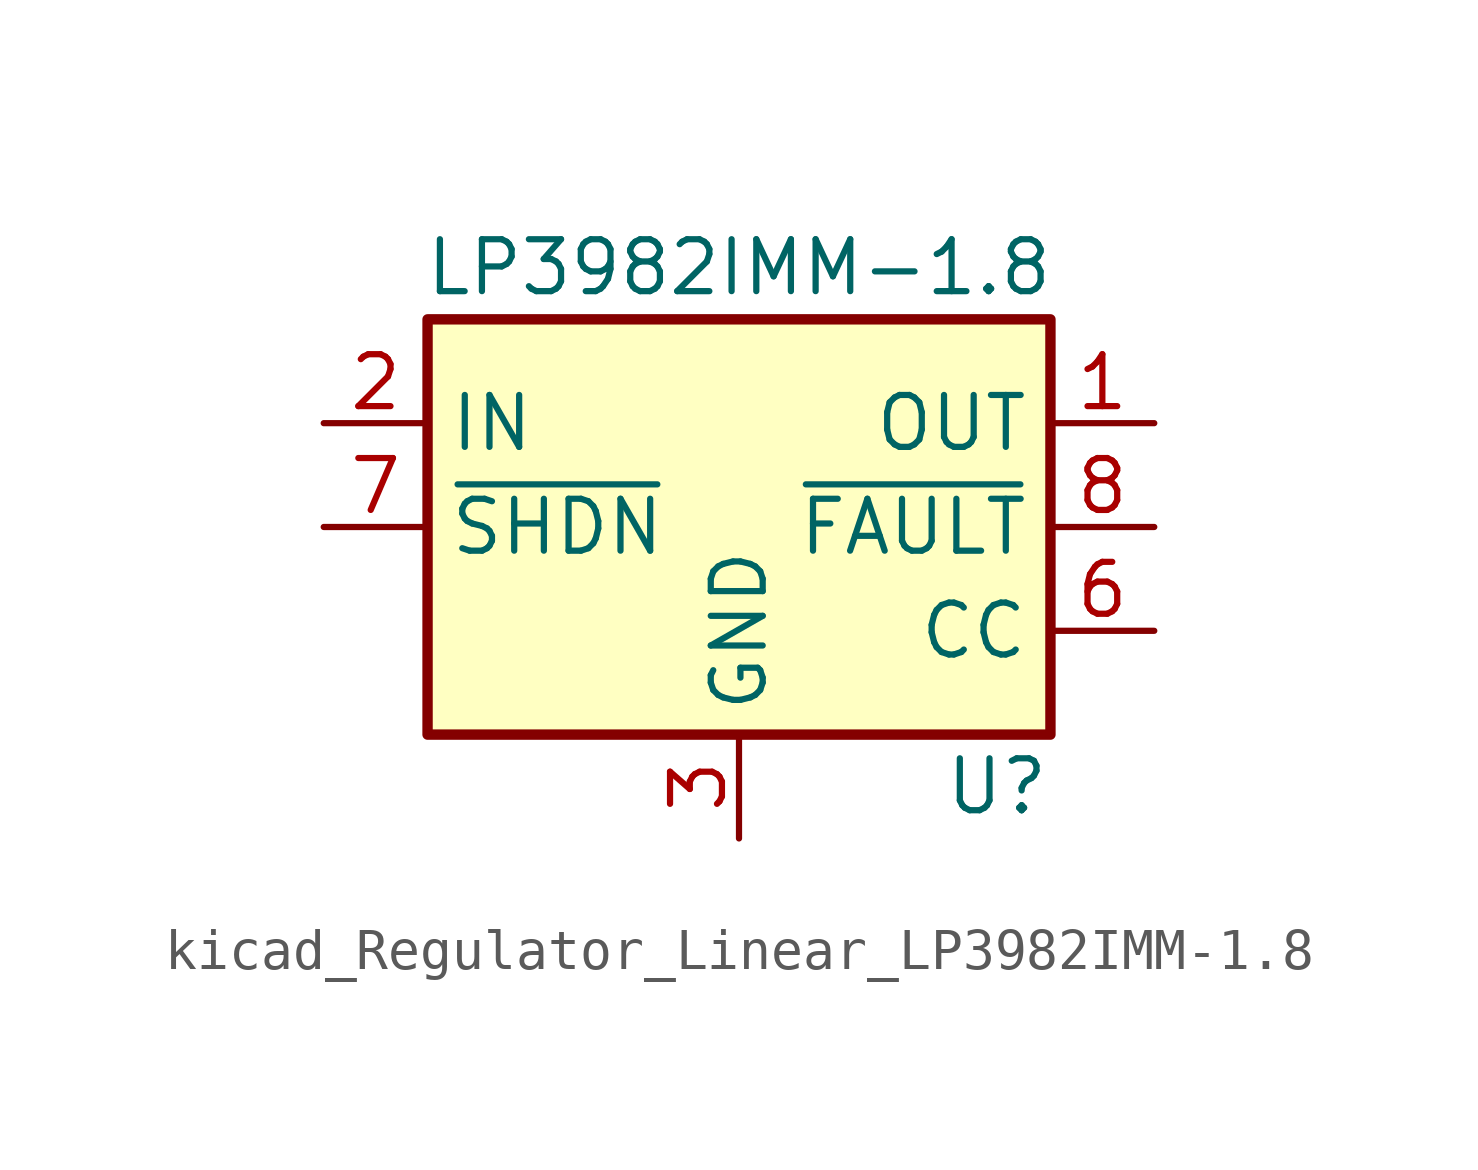
<source format=kicad_sym>
(kicad_symbol_lib
  (version 20220914)
  (generator kicad_symbol_editor)
  (symbol "kicad_Regulator_Linear_LP3982IMM-1.8"
    (property "Reference" "U"
      (at 7.62 -6.35 0)
      (effects (font (size 1.27 1.27)) (justify right)))
    (property "Value" "LP3982IMM-1.8"
      (at 0 6.35 0)
      (effects (font (size 1.27 1.27))))
    (symbol "kicad_Regulator_Linear_LP3982IMM-1.8_0_1"
      (rectangle (start -7.62 5.08) (end 7.62 -5.08) (stroke (width 0.254) (type default)) (fill (type background))))
    (symbol "kicad_Regulator_Linear_LP3982IMM-1.8_1_1"
      (pin power_out line (at 10.16 2.54 180) (length 2.54) (name "OUT" (effects (font (size 1.27 1.27)))) (number "1" (effects (font (size 1.27 1.27)))))
      (pin power_in line (at -10.16 2.54 0) (length 2.54) (name "IN" (effects (font (size 1.27 1.27)))) (number "2" (effects (font (size 1.27 1.27)))))
      (pin power_in line (at 0 -7.62 90) (length 2.54) (name "GND" (effects (font (size 1.27 1.27)))) (number "3" (effects (font (size 1.27 1.27)))))
      (pin passive line (at 10.16 2.54 180) (length 2.54) hide (name "OUT" (effects (font (size 1.27 1.27)))) (number "4" (effects (font (size 1.27 1.27)))))
      (pin no_connect line (at -7.62 -2.54 0) (length 2.54) hide (name "NC" (effects (font (size 1.27 1.27)))) (number "5" (effects (font (size 1.27 1.27)))))
      (pin passive line (at 10.16 -2.54 180) (length 2.54) (name "CC" (effects (font (size 1.27 1.27)))) (number "6" (effects (font (size 1.27 1.27)))))
      (pin input line (at -10.16 0 0) (length 2.54) (name "~{SHDN}" (effects (font (size 1.27 1.27)))) (number "7" (effects (font (size 1.27 1.27)))))
      (pin open_collector line (at 10.16 0 180) (length 2.54) (name "~{FAULT}" (effects (font (size 1.27 1.27)))) (number "8" (effects (font (size 1.27 1.27))))))))
</source>
